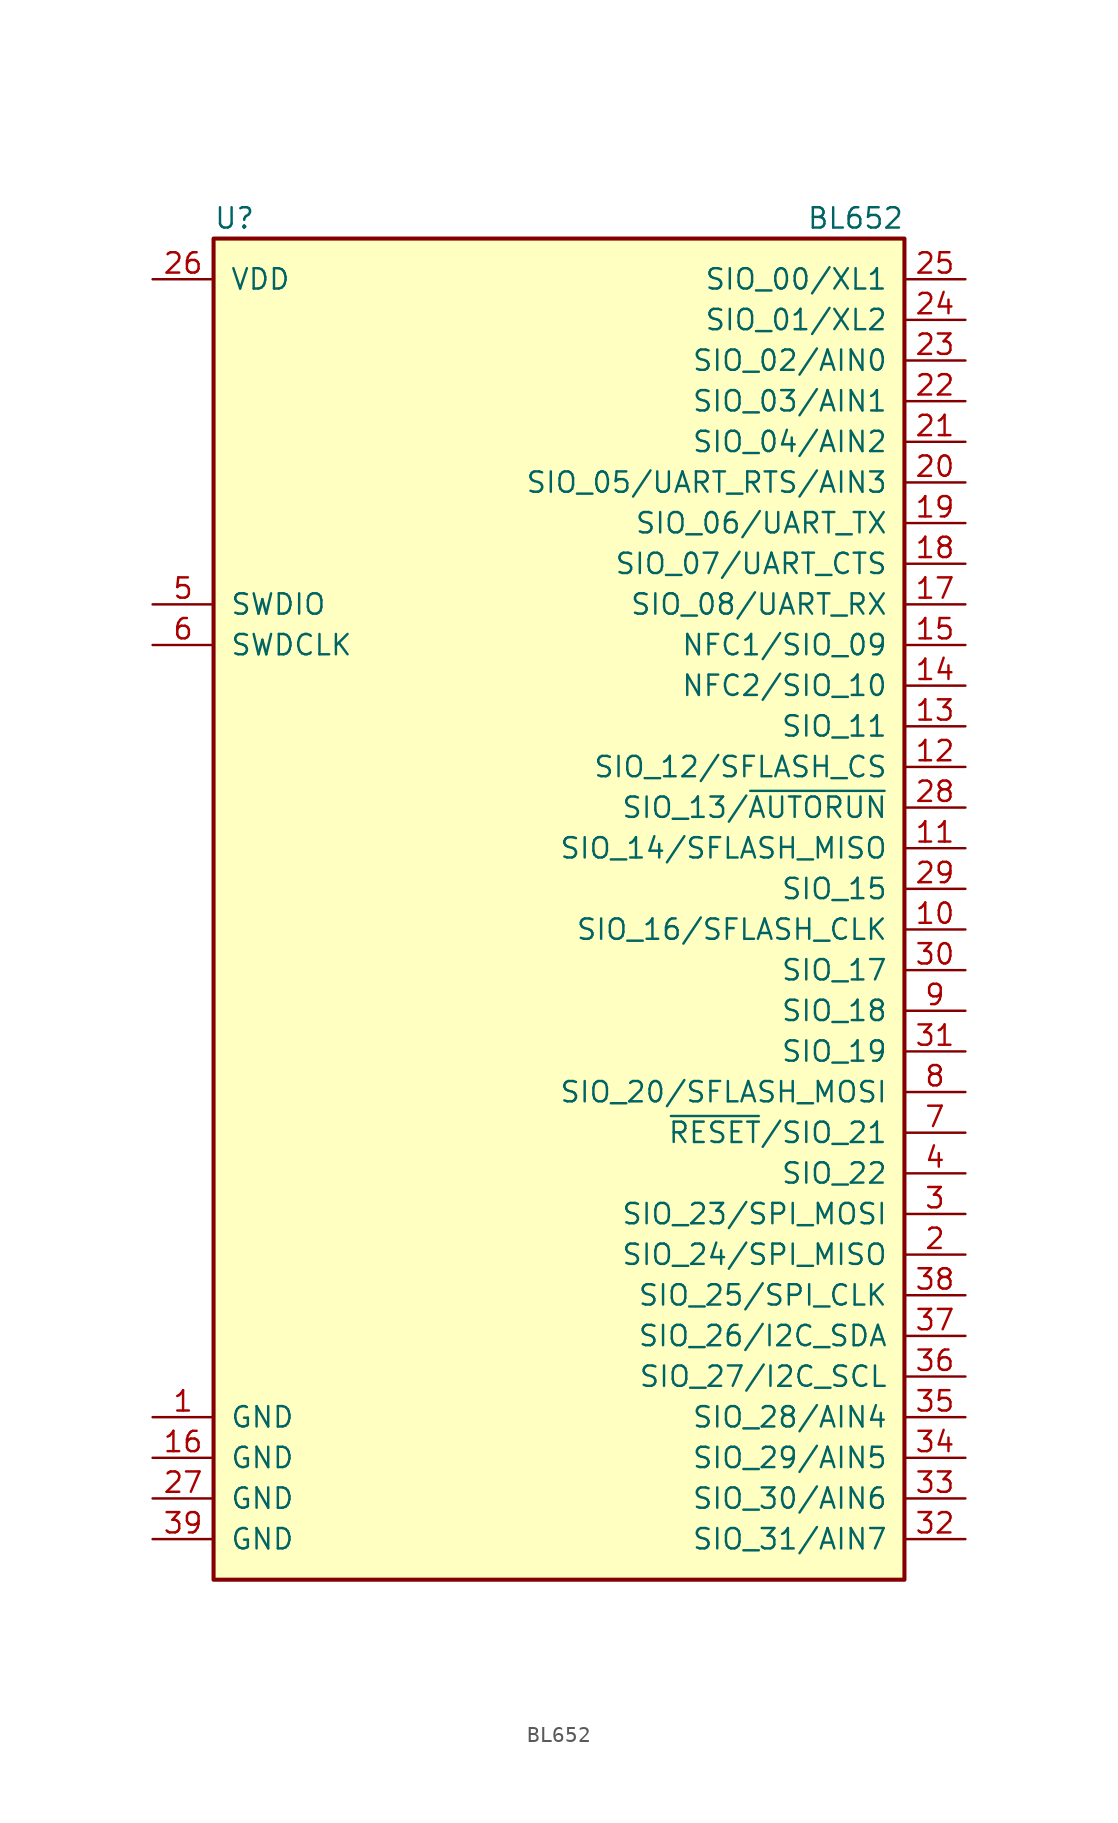
<source format=kicad_sym>
(kicad_symbol_lib
  (version 20211014)
  (generator kicad_symbol_editor)
  (symbol "BL652"
    (pin_names
      (offset 1.016))
    (property "Reference" "U"
      (at -21.59 41.91 0)
      (effects (font (size 1.27 1.27)) (justify left)))
    (property "Value" "BL652"
      (at 21.59 41.91 0)
      (effects (font (size 1.27 1.27)) (justify right)))
    (symbol "BL652_0_1"
      (rectangle (start 21.59 40.64) (end -21.59 -43.18) (stroke (width 0.254) (type default) (color 0 0 0 0)) (fill (type background))))
    (symbol "BL652_1_1"
      (pin power_in line (at -25.4 -33.02 0) (length 3.81) (name "GND" (effects (font (size 1.27 1.27)))) (number "1" (effects (font (size 1.27 1.27)))))
      (pin bidirectional line (at 25.4 -2.54 180) (length 3.81) (name "SIO_16/SFLASH_CLK" (effects (font (size 1.27 1.27)))) (number "10" (effects (font (size 1.27 1.27)))))
      (pin bidirectional line (at 25.4 2.54 180) (length 3.81) (name "SIO_14/SFLASH_MISO" (effects (font (size 1.27 1.27)))) (number "11" (effects (font (size 1.27 1.27)))))
      (pin bidirectional line (at 25.4 7.62 180) (length 3.81) (name "SIO_12/SFLASH_CS" (effects (font (size 1.27 1.27)))) (number "12" (effects (font (size 1.27 1.27)))))
      (pin bidirectional line (at 25.4 10.16 180) (length 3.81) (name "SIO_11" (effects (font (size 1.27 1.27)))) (number "13" (effects (font (size 1.27 1.27)))))
      (pin bidirectional line (at 25.4 12.7 180) (length 3.81) (name "NFC2/SIO_10" (effects (font (size 1.27 1.27)))) (number "14" (effects (font (size 1.27 1.27)))))
      (pin bidirectional line (at 25.4 15.24 180) (length 3.81) (name "NFC1/SIO_09" (effects (font (size 1.27 1.27)))) (number "15" (effects (font (size 1.27 1.27)))))
      (pin power_in line (at -25.4 -35.56 0) (length 3.81) (name "GND" (effects (font (size 1.27 1.27)))) (number "16" (effects (font (size 1.27 1.27)))))
      (pin bidirectional line (at 25.4 17.78 180) (length 3.81) (name "SIO_08/UART_RX" (effects (font (size 1.27 1.27)))) (number "17" (effects (font (size 1.27 1.27)))))
      (pin bidirectional line (at 25.4 20.32 180) (length 3.81) (name "SIO_07/UART_CTS" (effects (font (size 1.27 1.27)))) (number "18" (effects (font (size 1.27 1.27)))))
      (pin bidirectional line (at 25.4 22.86 180) (length 3.81) (name "SIO_06/UART_TX" (effects (font (size 1.27 1.27)))) (number "19" (effects (font (size 1.27 1.27)))))
      (pin bidirectional line (at 25.4 -22.86 180) (length 3.81) (name "SIO_24/SPI_MISO" (effects (font (size 1.27 1.27)))) (number "2" (effects (font (size 1.27 1.27)))))
      (pin bidirectional line (at 25.4 25.4 180) (length 3.81) (name "SIO_05/UART_RTS/AIN3" (effects (font (size 1.27 1.27)))) (number "20" (effects (font (size 1.27 1.27)))))
      (pin bidirectional line (at 25.4 27.94 180) (length 3.81) (name "SIO_04/AIN2" (effects (font (size 1.27 1.27)))) (number "21" (effects (font (size 1.27 1.27)))))
      (pin bidirectional line (at 25.4 30.48 180) (length 3.81) (name "SIO_03/AIN1" (effects (font (size 1.27 1.27)))) (number "22" (effects (font (size 1.27 1.27)))))
      (pin bidirectional line (at 25.4 33.02 180) (length 3.81) (name "SIO_02/AIN0" (effects (font (size 1.27 1.27)))) (number "23" (effects (font (size 1.27 1.27)))))
      (pin bidirectional line (at 25.4 35.56 180) (length 3.81) (name "SIO_01/XL2" (effects (font (size 1.27 1.27)))) (number "24" (effects (font (size 1.27 1.27)))))
      (pin bidirectional line (at 25.4 38.1 180) (length 3.81) (name "SIO_00/XL1" (effects (font (size 1.27 1.27)))) (number "25" (effects (font (size 1.27 1.27)))))
      (pin power_in line (at -25.4 38.1 0) (length 3.81) (name "VDD" (effects (font (size 1.27 1.27)))) (number "26" (effects (font (size 1.27 1.27)))))
      (pin power_in line (at -25.4 -38.1 0) (length 3.81) (name "GND" (effects (font (size 1.27 1.27)))) (number "27" (effects (font (size 1.27 1.27)))))
      (pin bidirectional line (at 25.4 5.08 180) (length 3.81) (name "SIO_13/~{AUTORUN}" (effects (font (size 1.27 1.27)))) (number "28" (effects (font (size 1.27 1.27)))))
      (pin bidirectional line (at 25.4 0 180) (length 3.81) (name "SIO_15" (effects (font (size 1.27 1.27)))) (number "29" (effects (font (size 1.27 1.27)))))
      (pin bidirectional line (at 25.4 -20.32 180) (length 3.81) (name "SIO_23/SPI_MOSI" (effects (font (size 1.27 1.27)))) (number "3" (effects (font (size 1.27 1.27)))))
      (pin bidirectional line (at 25.4 -5.08 180) (length 3.81) (name "SIO_17" (effects (font (size 1.27 1.27)))) (number "30" (effects (font (size 1.27 1.27)))))
      (pin bidirectional line (at 25.4 -10.16 180) (length 3.81) (name "SIO_19" (effects (font (size 1.27 1.27)))) (number "31" (effects (font (size 1.27 1.27)))))
      (pin bidirectional line (at 25.4 -40.64 180) (length 3.81) (name "SIO_31/AIN7" (effects (font (size 1.27 1.27)))) (number "32" (effects (font (size 1.27 1.27)))))
      (pin bidirectional line (at 25.4 -38.1 180) (length 3.81) (name "SIO_30/AIN6" (effects (font (size 1.27 1.27)))) (number "33" (effects (font (size 1.27 1.27)))))
      (pin bidirectional line (at 25.4 -35.56 180) (length 3.81) (name "SIO_29/AIN5" (effects (font (size 1.27 1.27)))) (number "34" (effects (font (size 1.27 1.27)))))
      (pin bidirectional line (at 25.4 -33.02 180) (length 3.81) (name "SIO_28/AIN4" (effects (font (size 1.27 1.27)))) (number "35" (effects (font (size 1.27 1.27)))))
      (pin bidirectional line (at 25.4 -30.48 180) (length 3.81) (name "SIO_27/I2C_SCL" (effects (font (size 1.27 1.27)))) (number "36" (effects (font (size 1.27 1.27)))))
      (pin bidirectional line (at 25.4 -27.94 180) (length 3.81) (name "SIO_26/I2C_SDA" (effects (font (size 1.27 1.27)))) (number "37" (effects (font (size 1.27 1.27)))))
      (pin bidirectional line (at 25.4 -25.4 180) (length 3.81) (name "SIO_25/SPI_CLK" (effects (font (size 1.27 1.27)))) (number "38" (effects (font (size 1.27 1.27)))))
      (pin power_in line (at -25.4 -40.64 0) (length 3.81) (name "GND" (effects (font (size 1.27 1.27)))) (number "39" (effects (font (size 1.27 1.27)))))
      (pin bidirectional line (at 25.4 -17.78 180) (length 3.81) (name "SIO_22" (effects (font (size 1.27 1.27)))) (number "4" (effects (font (size 1.27 1.27)))))
      (pin bidirectional line (at -25.4 17.78 0) (length 3.81) (name "SWDIO" (effects (font (size 1.27 1.27)))) (number "5" (effects (font (size 1.27 1.27)))))
      (pin input line (at -25.4 15.24 0) (length 3.81) (name "SWDCLK" (effects (font (size 1.27 1.27)))) (number "6" (effects (font (size 1.27 1.27)))))
      (pin bidirectional line (at 25.4 -15.24 180) (length 3.81) (name "~{RESET}/SIO_21" (effects (font (size 1.27 1.27)))) (number "7" (effects (font (size 1.27 1.27)))))
      (pin bidirectional line (at 25.4 -12.7 180) (length 3.81) (name "SIO_20/SFLASH_MOSI" (effects (font (size 1.27 1.27)))) (number "8" (effects (font (size 1.27 1.27)))))
      (pin bidirectional line (at 25.4 -7.62 180) (length 3.81) (name "SIO_18" (effects (font (size 1.27 1.27)))) (number "9" (effects (font (size 1.27 1.27))))))))
</source>
